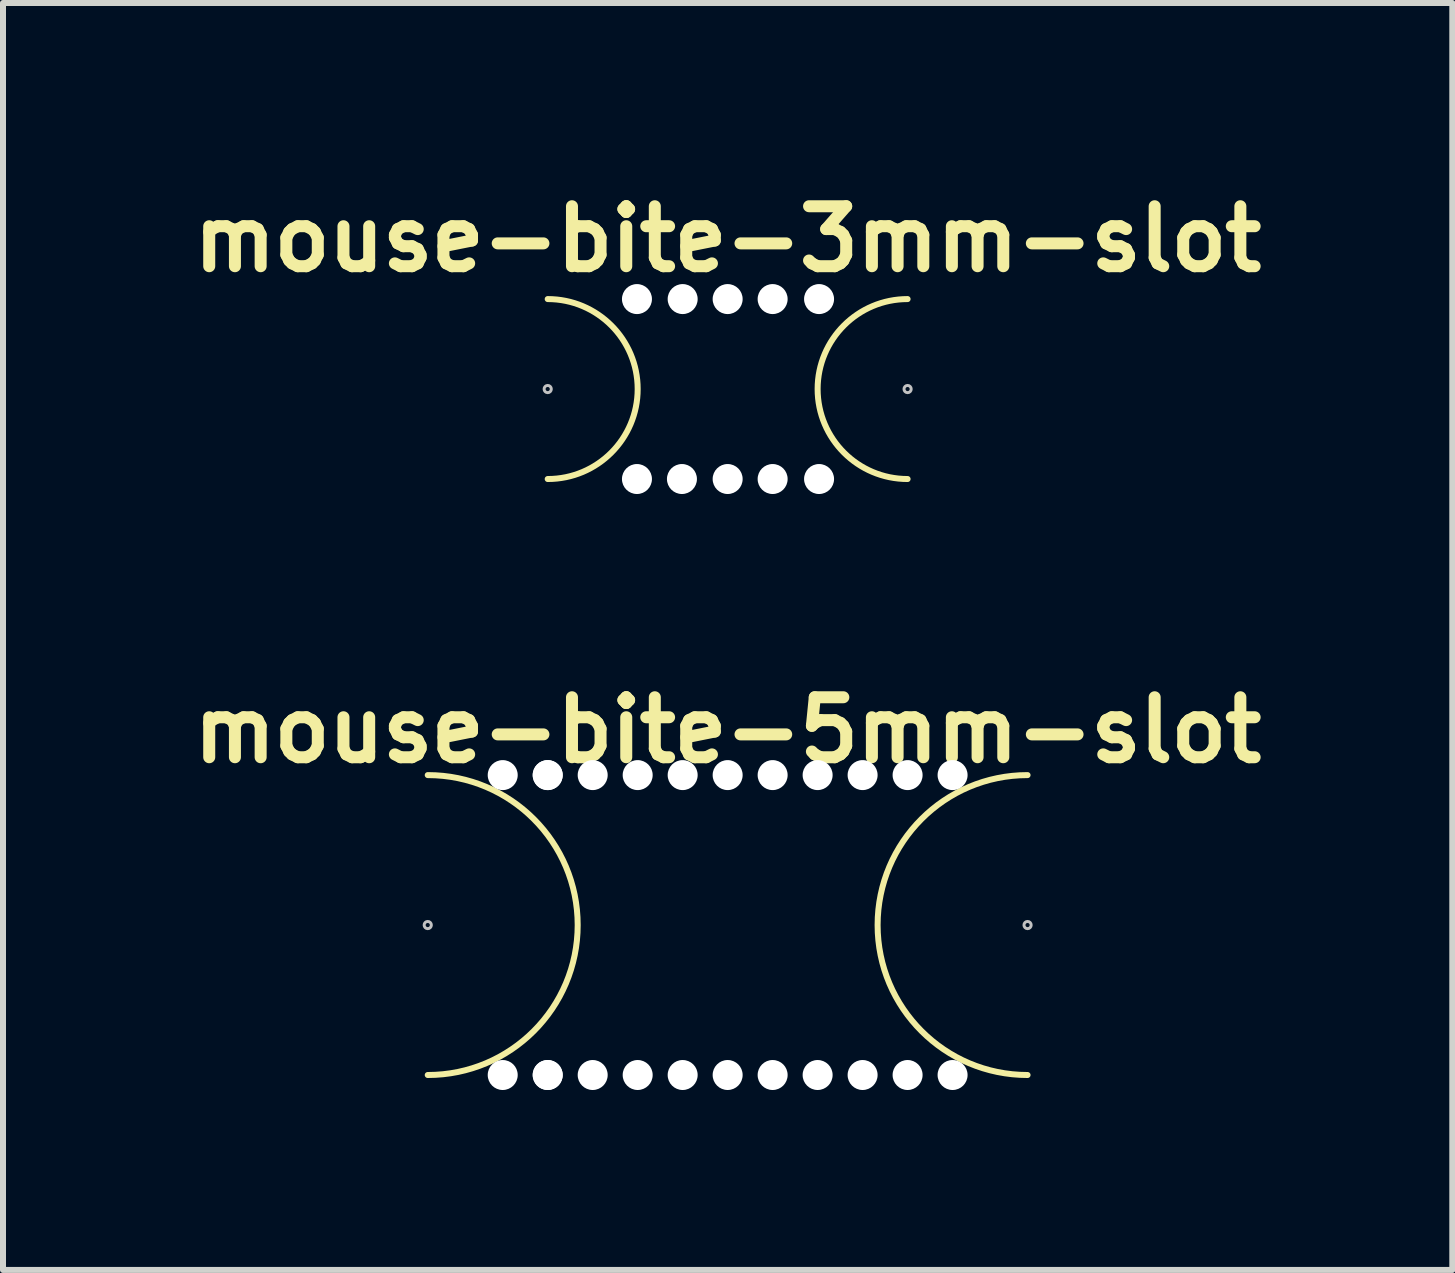
<source format=kicad_pcb>
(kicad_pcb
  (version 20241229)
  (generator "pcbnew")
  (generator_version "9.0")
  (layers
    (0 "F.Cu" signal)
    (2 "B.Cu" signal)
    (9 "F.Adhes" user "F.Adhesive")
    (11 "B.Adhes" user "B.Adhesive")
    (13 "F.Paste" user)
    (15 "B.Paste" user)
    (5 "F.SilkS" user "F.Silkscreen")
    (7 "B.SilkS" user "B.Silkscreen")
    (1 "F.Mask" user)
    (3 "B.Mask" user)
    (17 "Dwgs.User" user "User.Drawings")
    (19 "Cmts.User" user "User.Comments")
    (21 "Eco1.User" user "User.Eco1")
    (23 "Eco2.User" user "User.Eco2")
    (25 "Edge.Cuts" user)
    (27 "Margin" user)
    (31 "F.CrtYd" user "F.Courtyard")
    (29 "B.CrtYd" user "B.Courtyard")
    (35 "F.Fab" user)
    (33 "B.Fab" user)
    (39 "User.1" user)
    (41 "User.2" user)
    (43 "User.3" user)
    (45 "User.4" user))
  (footprint "mouse-bite-3mm-slot"
    (layer "F.Cu")
    (at 9.081 3.436)
    (property "Reference" "mouse-bite-3mm-slot" (at 0 -2.5 0) (layer "F.SilkS") (effects (font (size 1 1) (thickness 0.2))))
    (attr through_hole)
    (fp_arc (start -3 -1.5) (mid -1.5 0) (end -3 1.5) (stroke (width 0.1) (type solid)) (layer "F.SilkS"))
    (fp_arc (start 3 1.5) (mid 1.5 0) (end 3 -1.5) (stroke (width 0.1) (type solid)) (layer "F.SilkS"))
    (fp_circle (center -3 0) (end -3 -0.06) (stroke (width 0.05) (type solid)) (fill no) (layer "Dwgs.User"))
    (fp_circle (center 3 0) (end 3.06 0) (stroke (width 0.05) (type solid)) (fill no) (layer "Dwgs.User"))
    (fp_line (start -3 0) (end -3 0) (stroke (width 3) (type solid)) (layer "Eco1.User"))
    (fp_line (start 3 0) (end 3 0) (stroke (width 3) (type solid)) (layer "Eco1.User"))
    (pad "" np_thru_hole circle (at -1.512 -1.5) (size 0.5 0.5) (drill 0.5) (layers "*.Cu" "*.Mask"))
    (pad "" np_thru_hole circle (at -1.512 1.5) (size 0.5 0.5) (drill 0.5) (layers "*.Cu" "*.Mask"))
    (pad "" np_thru_hole circle (at -0.762 1.5) (size 0.5 0.5) (drill 0.5) (layers "*.Cu" "*.Mask"))
    (pad "" np_thru_hole circle (at -0.75 -1.5) (size 0.5 0.5) (drill 0.5) (layers "*.Cu" "*.Mask"))
    (pad "" np_thru_hole circle (at 0 -1.5) (size 0.5 0.5) (drill 0.5) (layers "*.Cu" "*.Mask"))
    (pad "" np_thru_hole circle (at 0 1.5) (size 0.5 0.5) (drill 0.5) (layers "*.Cu" "*.Mask"))
    (pad "" np_thru_hole circle (at 0.75 -1.5) (size 0.5 0.5) (drill 0.5) (layers "*.Cu" "*.Mask"))
    (pad "" np_thru_hole circle (at 0.75 1.5) (size 0.5 0.5) (drill 0.5) (layers "*.Cu" "*.Mask"))
    (pad "" np_thru_hole circle (at 1.524 -1.5) (size 0.5 0.5) (drill 0.5) (layers "*.Cu" "*.Mask"))
    (pad "" np_thru_hole circle (at 1.524 1.5) (size 0.5 0.5) (drill 0.5) (layers "*.Cu" "*.Mask")))
  (footprint "mouse-bite-5mm-slot"
    (layer "F.Cu")
    (at 9.081 12.372)
    (property "Reference" "mouse-bite-5mm-slot" (at 0 -3.25 0) (layer "F.SilkS") (effects (font (size 1 1) (thickness 0.2))))
    (attr through_hole)
    (fp_arc (start -5 -2.5) (mid -2.5 0) (end -5 2.5) (stroke (width 0.1) (type solid)) (layer "F.SilkS"))
    (fp_arc (start 5 2.5) (mid 2.5 0) (end 5 -2.5) (stroke (width 0.1) (type solid)) (layer "F.SilkS"))
    (fp_circle (center -5 0) (end -4.94 0) (stroke (width 0.05) (type solid)) (fill no) (layer "Dwgs.User"))
    (fp_circle (center 5 0) (end 5.06 0) (stroke (width 0.05) (type solid)) (fill no) (layer "Dwgs.User"))
    (fp_line (start -5 0) (end -5 0) (stroke (width 5) (type solid)) (layer "Eco1.User"))
    (fp_line (start 5 0) (end 5 0) (stroke (width 5) (type solid)) (layer "Eco1.User"))
    (pad "" np_thru_hole circle (at -3.75 -2.5) (size 0.5 0.5) (drill 0.5) (layers "*.Cu" "*.Mask"))
    (pad "" np_thru_hole circle (at -3.75 2.5) (size 0.5 0.5) (drill 0.5) (layers "*.Cu" "*.Mask"))
    (pad "" np_thru_hole circle (at -3 -2.5) (size 0.5 0.5) (drill 0.5) (layers "*.Cu" "*.Mask"))
    (pad "" np_thru_hole circle (at -3 -2.5) (size 0.5 0.5) (drill 0.5) (layers "*.Cu" "*.Mask"))
    (pad "" np_thru_hole circle (at -3 2.5) (size 0.5 0.5) (drill 0.5) (layers "*.Cu" "*.Mask"))
    (pad "" np_thru_hole circle (at -3 2.5) (size 0.5 0.5) (drill 0.5) (layers "*.Cu" "*.Mask"))
    (pad "" np_thru_hole circle (at -2.25 -2.5) (size 0.5 0.5) (drill 0.5) (layers "*.Cu" "*.Mask"))
    (pad "" np_thru_hole circle (at -2.25 2.5) (size 0.5 0.5) (drill 0.5) (layers "*.Cu" "*.Mask"))
    (pad "" np_thru_hole circle (at -1.5 -2.5) (size 0.5 0.5) (drill 0.5) (layers "*.Cu" "*.Mask"))
    (pad "" np_thru_hole circle (at -1.5 2.5) (size 0.5 0.5) (drill 0.5) (layers "*.Cu" "*.Mask"))
    (pad "" np_thru_hole circle (at -0.75 -2.5) (size 0.5 0.5) (drill 0.5) (layers "*.Cu" "*.Mask"))
    (pad "" np_thru_hole circle (at -0.75 2.5) (size 0.5 0.5) (drill 0.5) (layers "*.Cu" "*.Mask"))
    (pad "" np_thru_hole circle (at 0 -2.5) (size 0.5 0.5) (drill 0.5) (layers "*.Cu" "*.Mask"))
    (pad "" np_thru_hole circle (at 0 2.5) (size 0.5 0.5) (drill 0.5) (layers "*.Cu" "*.Mask"))
    (pad "" np_thru_hole circle (at 0.75 -2.5) (size 0.5 0.5) (drill 0.5) (layers "*.Cu" "*.Mask"))
    (pad "" np_thru_hole circle (at 0.75 2.5) (size 0.5 0.5) (drill 0.5) (layers "*.Cu" "*.Mask"))
    (pad "" np_thru_hole circle (at 1.5 -2.5) (size 0.5 0.5) (drill 0.5) (layers "*.Cu" "*.Mask"))
    (pad "" np_thru_hole circle (at 1.5 2.5) (size 0.5 0.5) (drill 0.5) (layers "*.Cu" "*.Mask"))
    (pad "" np_thru_hole circle (at 2.25 -2.5) (size 0.5 0.5) (drill 0.5) (layers "*.Cu" "*.Mask"))
    (pad "" np_thru_hole circle (at 2.25 2.5) (size 0.5 0.5) (drill 0.5) (layers "*.Cu" "*.Mask"))
    (pad "" np_thru_hole circle (at 3 -2.5) (size 0.5 0.5) (drill 0.5) (layers "*.Cu" "*.Mask"))
    (pad "" np_thru_hole circle (at 3 2.5) (size 0.5 0.5) (drill 0.5) (layers "*.Cu" "*.Mask"))
    (pad "" np_thru_hole circle (at 3.75 -2.5) (size 0.5 0.5) (drill 0.5) (layers "*.Cu" "*.Mask"))
    (pad "" np_thru_hole circle (at 3.75 2.5) (size 0.5 0.5) (drill 0.5) (layers "*.Cu" "*.Mask")))
  (gr_rect
    (start -3 -3)
    (end 21.162 18.122)
    (stroke (width 0.1) (type default))
    (fill no)
    (layer "Edge.Cuts")))
</source>
